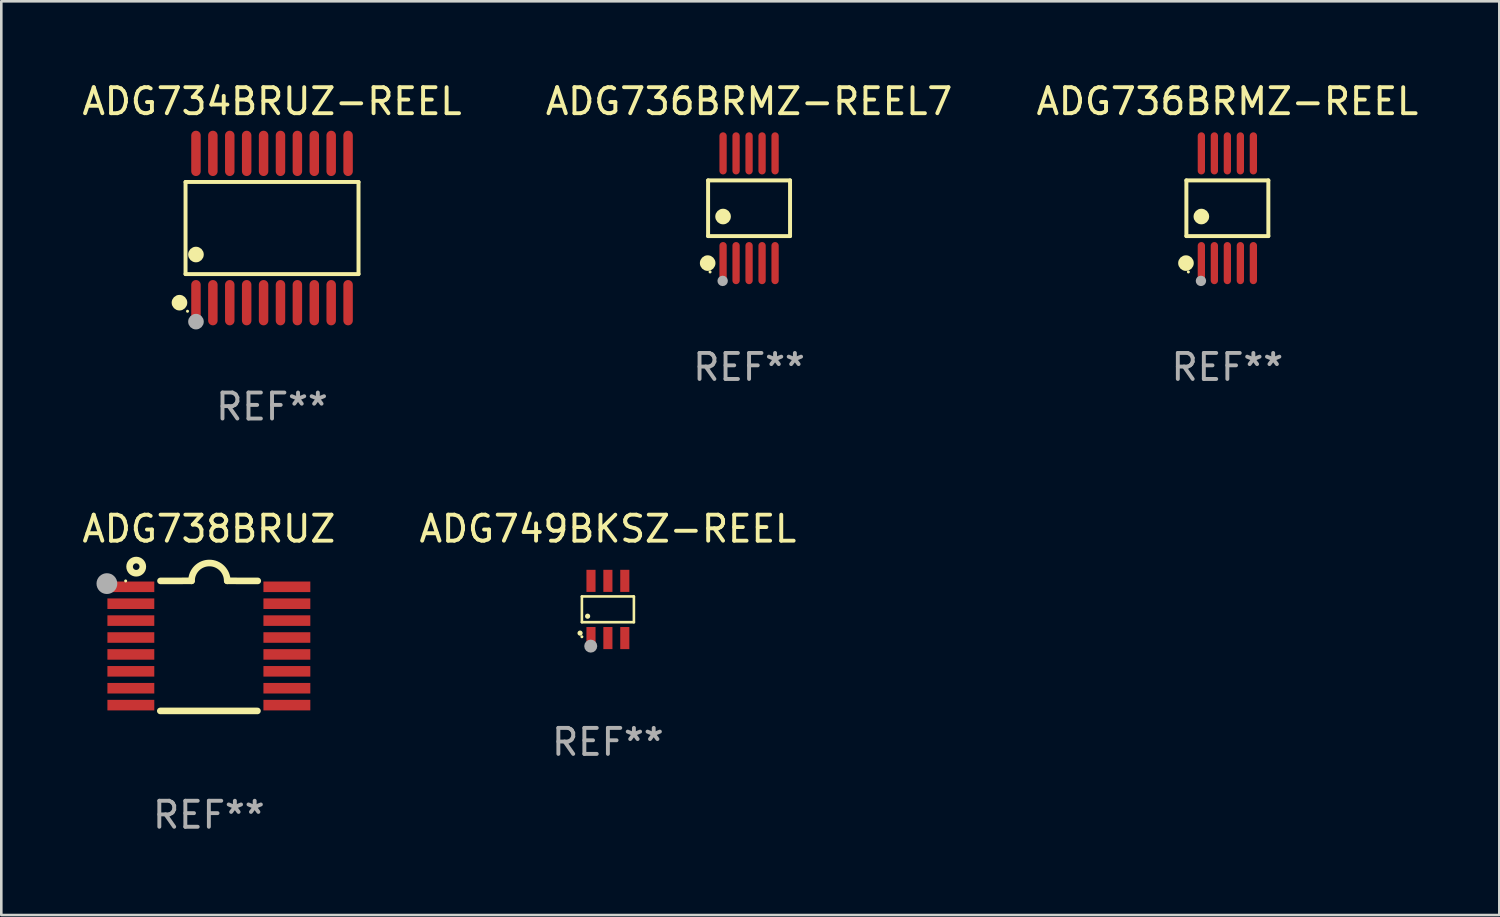
<source format=kicad_pcb>
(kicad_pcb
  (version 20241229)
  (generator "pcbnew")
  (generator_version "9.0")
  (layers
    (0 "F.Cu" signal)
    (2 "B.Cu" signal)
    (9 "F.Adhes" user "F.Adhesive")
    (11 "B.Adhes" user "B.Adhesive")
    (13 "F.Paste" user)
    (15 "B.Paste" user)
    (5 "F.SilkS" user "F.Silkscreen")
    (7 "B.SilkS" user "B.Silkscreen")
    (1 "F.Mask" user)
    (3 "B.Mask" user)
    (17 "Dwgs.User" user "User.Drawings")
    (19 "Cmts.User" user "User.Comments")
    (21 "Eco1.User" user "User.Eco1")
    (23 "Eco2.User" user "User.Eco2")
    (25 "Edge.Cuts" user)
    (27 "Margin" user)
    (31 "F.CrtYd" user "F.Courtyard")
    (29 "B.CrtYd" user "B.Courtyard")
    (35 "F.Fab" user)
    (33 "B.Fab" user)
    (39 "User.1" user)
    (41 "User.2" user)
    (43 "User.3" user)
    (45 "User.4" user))
  (footprint "ADG736BRMZ-REEL"
    (layer "F.Cu")
    (at 44.149 4.958)
    (property "Reference" "ADG736BRMZ-REEL" (at 0 -4.11 0) (layer "F.SilkS") (effects (font (size 1 1) (thickness 0.15))))
    (attr through_hole)
    (fp_line (start -1.576 -1.071) (end 1.576 -1.071) (stroke (width 0.152) (type solid)) (layer "F.SilkS"))
    (fp_line (start -1.576 1.071) (end -1.576 -1.071) (stroke (width 0.152) (type solid)) (layer "F.SilkS"))
    (fp_line (start 1.576 -1.071) (end 1.576 1.071) (stroke (width 0.152) (type solid)) (layer "F.SilkS"))
    (fp_line (start 1.576 1.071) (end -1.576 1.071) (stroke (width 0.152) (type solid)) (layer "F.SilkS"))
    (fp_circle (center -1.592 2.11) (end -1.442 2.11) (stroke (width 0.3) (type solid)) (fill no) (layer "F.SilkS"))
    (fp_circle (center -1.5 2.45) (end -1.47 2.45) (stroke (width 0.06) (type solid)) (fill no) (layer "F.SilkS"))
    (fp_circle (center -1 0.319) (end -0.85 0.319) (stroke (width 0.3) (type solid)) (fill no) (layer "F.SilkS"))
    (fp_circle (center -1.016 2.794) (end -0.916 2.794) (stroke (width 0.2) (type solid)) (fill no) (layer "F.Fab"))
    (fp_text user "REF**" (at 0 6.11 0) (layer "F.Fab") (effects (font (size 1 1) (thickness 0.15))))
    (pad "1" smd oval (at -1 2.11) (size 0.28 1.62) (layers "F.Cu" "F.Mask" "F.Paste"))
    (pad "2" smd oval (at -0.5 2.11) (size 0.28 1.62) (layers "F.Cu" "F.Mask" "F.Paste"))
    (pad "3" smd oval (at 0 2.11) (size 0.28 1.62) (layers "F.Cu" "F.Mask" "F.Paste"))
    (pad "4" smd oval (at 0.5 2.11) (size 0.28 1.62) (layers "F.Cu" "F.Mask" "F.Paste"))
    (pad "5" smd oval (at 1 2.11) (size 0.28 1.62) (layers "F.Cu" "F.Mask" "F.Paste"))
    (pad "6" smd oval (at 1 -2.11) (size 0.28 1.62) (layers "F.Cu" "F.Mask" "F.Paste"))
    (pad "7" smd oval (at 0.5 -2.11) (size 0.28 1.62) (layers "F.Cu" "F.Mask" "F.Paste"))
    (pad "8" smd oval (at 0 -2.11) (size 0.28 1.62) (layers "F.Cu" "F.Mask" "F.Paste"))
    (pad "9" smd oval (at -0.5 -2.11) (size 0.28 1.62) (layers "F.Cu" "F.Mask" "F.Paste"))
    (pad "10" smd oval (at -1 -2.11) (size 0.28 1.62) (layers "F.Cu" "F.Mask" "F.Paste")))
  (footprint "ADG736BRMZ-REEL7"
    (layer "F.Cu")
    (at 25.756 4.958)
    (property "Reference" "ADG736BRMZ-REEL7" (at 0 -4.11 0) (layer "F.SilkS") (effects (font (size 1 1) (thickness 0.15))))
    (attr through_hole)
    (fp_line (start -1.576 -1.071) (end 1.576 -1.071) (stroke (width 0.152) (type solid)) (layer "F.SilkS"))
    (fp_line (start -1.576 1.071) (end -1.576 -1.071) (stroke (width 0.152) (type solid)) (layer "F.SilkS"))
    (fp_line (start 1.576 -1.071) (end 1.576 1.071) (stroke (width 0.152) (type solid)) (layer "F.SilkS"))
    (fp_line (start 1.576 1.071) (end -1.576 1.071) (stroke (width 0.152) (type solid)) (layer "F.SilkS"))
    (fp_circle (center -1.592 2.11) (end -1.442 2.11) (stroke (width 0.3) (type solid)) (fill no) (layer "F.SilkS"))
    (fp_circle (center -1.5 2.45) (end -1.47 2.45) (stroke (width 0.06) (type solid)) (fill no) (layer "F.SilkS"))
    (fp_circle (center -1 0.319) (end -0.85 0.319) (stroke (width 0.3) (type solid)) (fill no) (layer "F.SilkS"))
    (fp_circle (center -1.016 2.794) (end -0.916 2.794) (stroke (width 0.2) (type solid)) (fill no) (layer "F.Fab"))
    (fp_text user "REF**" (at 0 6.11 0) (layer "F.Fab") (effects (font (size 1 1) (thickness 0.15))))
    (pad "1" smd oval (at -1 2.11) (size 0.28 1.62) (layers "F.Cu" "F.Mask" "F.Paste"))
    (pad "2" smd oval (at -0.5 2.11) (size 0.28 1.62) (layers "F.Cu" "F.Mask" "F.Paste"))
    (pad "3" smd oval (at 0 2.11) (size 0.28 1.62) (layers "F.Cu" "F.Mask" "F.Paste"))
    (pad "4" smd oval (at 0.5 2.11) (size 0.28 1.62) (layers "F.Cu" "F.Mask" "F.Paste"))
    (pad "5" smd oval (at 1 2.11) (size 0.28 1.62) (layers "F.Cu" "F.Mask" "F.Paste"))
    (pad "6" smd oval (at 1 -2.11) (size 0.28 1.62) (layers "F.Cu" "F.Mask" "F.Paste"))
    (pad "7" smd oval (at 0.5 -2.11) (size 0.28 1.62) (layers "F.Cu" "F.Mask" "F.Paste"))
    (pad "8" smd oval (at 0 -2.11) (size 0.28 1.62) (layers "F.Cu" "F.Mask" "F.Paste"))
    (pad "9" smd oval (at -0.5 -2.11) (size 0.28 1.62) (layers "F.Cu" "F.Mask" "F.Paste"))
    (pad "10" smd oval (at -1 -2.11) (size 0.28 1.62) (layers "F.Cu" "F.Mask" "F.Paste")))
  (footprint "ADG749BKSZ-REEL"
    (layer "F.Cu")
    (at 20.327 20.387)
    (property "Reference" "ADG749BKSZ-REEL" (at 0 -3.1 0) (layer "F.SilkS") (effects (font (size 1 1) (thickness 0.15))))
    (attr through_hole)
    (fp_line (start -1 -0.5) (end -1 0.49) (stroke (width 0.1) (type solid)) (layer "F.SilkS"))
    (fp_line (start -1 0.49) (end 1 0.49) (stroke (width 0.1) (type solid)) (layer "F.SilkS"))
    (fp_line (start 0.99 -0.5) (end -1 -0.5) (stroke (width 0.1) (type solid)) (layer "F.SilkS"))
    (fp_line (start 1 -0.49) (end 0.99 -0.5) (stroke (width 0.1) (type solid)) (layer "F.SilkS"))
    (fp_line (start 1 0.49) (end 1 -0.49) (stroke (width 0.1) (type solid)) (layer "F.SilkS"))
    (fp_circle (center -1.07 0.91) (end -1.02 0.91) (stroke (width 0.1) (type solid)) (fill no) (layer "F.SilkS"))
    (fp_circle (center -1 1.05) (end -0.97 1.05) (stroke (width 0.06) (type solid)) (fill no) (layer "F.SilkS"))
    (fp_circle (center -0.78 0.26) (end -0.73 0.26) (stroke (width 0.1) (type solid)) (fill no) (layer "F.SilkS"))
    (fp_circle (center -0.66 1.41) (end -0.535 1.41) (stroke (width 0.25) (type solid)) (fill no) (layer "F.Fab"))
    (fp_text user "REF**" (at 0 5.1 0) (layer "F.Fab") (effects (font (size 1 1) (thickness 0.15))))
    (pad "1" smd rect (at -0.65 1.1) (size 0.35 0.85) (layers "F.Cu" "F.Mask" "F.Paste"))
    (pad "2" smd rect (at 0 1.1) (size 0.35 0.85) (layers "F.Cu" "F.Mask" "F.Paste"))
    (pad "3" smd rect (at 0.65 1.1) (size 0.35 0.85) (layers "F.Cu" "F.Mask" "F.Paste"))
    (pad "4" smd rect (at 0.65 -1.1) (size 0.35 0.85) (layers "F.Cu" "F.Mask" "F.Paste"))
    (pad "5" smd rect (at 0 -1.1) (size 0.35 0.85) (layers "F.Cu" "F.Mask" "F.Paste"))
    (pad "6" smd rect (at -0.65 -1.1) (size 0.35 0.85) (layers "F.Cu" "F.Mask" "F.Paste")))
  (footprint "ADG734BRUZ-REEL"
    (layer "F.Cu")
    (at 7.411 5.719)
    (property "Reference" "ADG734BRUZ-REEL" (at 0 -4.871 0) (layer "F.SilkS") (effects (font (size 1 1) (thickness 0.15))))
    (attr through_hole)
    (fp_line (start -3.326 -1.771) (end 3.326 -1.771) (stroke (width 0.152) (type solid)) (layer "F.SilkS"))
    (fp_line (start -3.326 1.771) (end -3.326 -1.771) (stroke (width 0.152) (type solid)) (layer "F.SilkS"))
    (fp_line (start 3.326 -1.771) (end 3.326 1.771) (stroke (width 0.152) (type solid)) (layer "F.SilkS"))
    (fp_line (start 3.326 1.771) (end -3.326 1.771) (stroke (width 0.152) (type solid)) (layer "F.SilkS"))
    (fp_circle (center -3.559 2.871) (end -3.409 2.871) (stroke (width 0.3) (type solid)) (fill no) (layer "F.SilkS"))
    (fp_circle (center -3.25 3.2) (end -3.22 3.2) (stroke (width 0.06) (type solid)) (fill no) (layer "F.SilkS"))
    (fp_circle (center -2.925 1.019) (end -2.775 1.019) (stroke (width 0.3) (type solid)) (fill no) (layer "F.SilkS"))
    (fp_circle (center -2.925 3.6) (end -2.775 3.6) (stroke (width 0.3) (type solid)) (fill no) (layer "F.Fab"))
    (fp_text user "REF**" (at 0 6.871 0) (layer "F.Fab") (effects (font (size 1 1) (thickness 0.15))))
    (pad "1" smd oval (at -2.925 2.871) (size 0.364 1.742) (layers "F.Cu" "F.Mask" "F.Paste"))
    (pad "2" smd oval (at -2.275 2.871) (size 0.364 1.742) (layers "F.Cu" "F.Mask" "F.Paste"))
    (pad "3" smd oval (at -1.625 2.871) (size 0.364 1.742) (layers "F.Cu" "F.Mask" "F.Paste"))
    (pad "4" smd oval (at -0.975 2.871) (size 0.364 1.742) (layers "F.Cu" "F.Mask" "F.Paste"))
    (pad "5" smd oval (at -0.325 2.871) (size 0.364 1.742) (layers "F.Cu" "F.Mask" "F.Paste"))
    (pad "6" smd oval (at 0.325 2.871) (size 0.364 1.742) (layers "F.Cu" "F.Mask" "F.Paste"))
    (pad "7" smd oval (at 0.975 2.871) (size 0.364 1.742) (layers "F.Cu" "F.Mask" "F.Paste"))
    (pad "8" smd oval (at 1.625 2.871) (size 0.364 1.742) (layers "F.Cu" "F.Mask" "F.Paste"))
    (pad "9" smd oval (at 2.275 2.871) (size 0.364 1.742) (layers "F.Cu" "F.Mask" "F.Paste"))
    (pad "10" smd oval (at 2.925 2.871) (size 0.364 1.742) (layers "F.Cu" "F.Mask" "F.Paste"))
    (pad "11" smd oval (at 2.925 -2.871) (size 0.364 1.742) (layers "F.Cu" "F.Mask" "F.Paste"))
    (pad "12" smd oval (at 2.275 -2.871) (size 0.364 1.742) (layers "F.Cu" "F.Mask" "F.Paste"))
    (pad "13" smd oval (at 1.625 -2.871) (size 0.364 1.742) (layers "F.Cu" "F.Mask" "F.Paste"))
    (pad "14" smd oval (at 0.975 -2.871) (size 0.364 1.742) (layers "F.Cu" "F.Mask" "F.Paste"))
    (pad "15" smd oval (at 0.325 -2.871) (size 0.364 1.742) (layers "F.Cu" "F.Mask" "F.Paste"))
    (pad "16" smd oval (at -0.325 -2.871) (size 0.364 1.742) (layers "F.Cu" "F.Mask" "F.Paste"))
    (pad "17" smd oval (at -0.975 -2.871) (size 0.364 1.742) (layers "F.Cu" "F.Mask" "F.Paste"))
    (pad "18" smd oval (at -1.625 -2.871) (size 0.364 1.742) (layers "F.Cu" "F.Mask" "F.Paste"))
    (pad "19" smd oval (at -2.275 -2.871) (size 0.364 1.742) (layers "F.Cu" "F.Mask" "F.Paste"))
    (pad "20" smd oval (at -2.925 -2.871) (size 0.364 1.742) (layers "F.Cu" "F.Mask" "F.Paste")))
  (footprint "ADG738BRUZ"
    (layer "F.Cu")
    (at 4.982 21.788)
    (property "Reference" "ADG738BRUZ" (at 0 -4.501 0) (layer "F.SilkS") (effects (font (size 1 1) (thickness 0.15))))
    (attr through_hole)
    (fp_line (start -1.868 2.501) (end 1.868 2.501) (stroke (width 0.254) (type solid)) (layer "F.SilkS"))
    (fp_line (start -1.86 -2.499) (end -0.666 -2.501) (stroke (width 0.254) (type solid)) (layer "F.SilkS"))
    (fp_line (start 0.706 -2.501) (end 1.88 -2.499) (stroke (width 0.254) (type solid)) (layer "F.SilkS"))
    (fp_arc (start -0.665914 -2.501448) (mid 0.019888 -3.18725) (end 0.70569 -2.501448) (stroke (width 0.254001) (type solid)) (layer "F.SilkS"))
    (fp_circle (center -3.2 -2.497) (end -3.17 -2.497) (stroke (width 0.06) (type solid)) (fill no) (layer "F.SilkS"))
    (fp_circle (center -2.794 -3.047) (end -2.54 -3.047) (stroke (width 0.254) (type solid)) (fill no) (layer "F.SilkS"))
    (fp_circle (center -3.921 -2.395) (end -3.721 -2.395) (stroke (width 0.4) (type solid)) (fill no) (layer "F.Fab"))
    (fp_text user "REF**" (at 0 6.501 0) (layer "F.Fab") (effects (font (size 1 1) (thickness 0.15))))
    (pad "1" smd rect (at -3 -2.272) (size 1.803 0.406) (layers "F.Cu" "F.Mask" "F.Paste"))
    (pad "2" smd rect (at -3 -1.622) (size 1.803 0.406) (layers "F.Cu" "F.Mask" "F.Paste"))
    (pad "3" smd rect (at -3 -0.972) (size 1.803 0.406) (layers "F.Cu" "F.Mask" "F.Paste"))
    (pad "4" smd rect (at -3 -0.322) (size 1.803 0.406) (layers "F.Cu" "F.Mask" "F.Paste"))
    (pad "5" smd rect (at -3 0.328) (size 1.803 0.406) (layers "F.Cu" "F.Mask" "F.Paste"))
    (pad "6" smd rect (at -3 0.978) (size 1.803 0.406) (layers "F.Cu" "F.Mask" "F.Paste"))
    (pad "7" smd rect (at -3 1.628) (size 1.803 0.406) (layers "F.Cu" "F.Mask" "F.Paste"))
    (pad "8" smd rect (at -3 2.278) (size 1.803 0.406) (layers "F.Cu" "F.Mask" "F.Paste"))
    (pad "9" smd rect (at 3 2.278) (size 1.803 0.406) (layers "F.Cu" "F.Mask" "F.Paste"))
    (pad "10" smd rect (at 3 1.628) (size 1.803 0.406) (layers "F.Cu" "F.Mask" "F.Paste"))
    (pad "11" smd rect (at 3 0.978) (size 1.803 0.406) (layers "F.Cu" "F.Mask" "F.Paste"))
    (pad "12" smd rect (at 3 0.328) (size 1.803 0.406) (layers "F.Cu" "F.Mask" "F.Paste"))
    (pad "13" smd rect (at 3 -0.322) (size 1.803 0.406) (layers "F.Cu" "F.Mask" "F.Paste"))
    (pad "14" smd rect (at 3 -0.972) (size 1.803 0.406) (layers "F.Cu" "F.Mask" "F.Paste"))
    (pad "15" smd rect (at 3 -1.622) (size 1.803 0.406) (layers "F.Cu" "F.Mask" "F.Paste"))
    (pad "16" smd rect (at 3 -2.272) (size 1.803 0.406) (layers "F.Cu" "F.Mask" "F.Paste")))
  (gr_rect
    (start -3 -3)
    (end 54.607 32.138)
    (stroke (width 0.1) (type default))
    (fill no)
    (layer "Edge.Cuts")))
</source>
